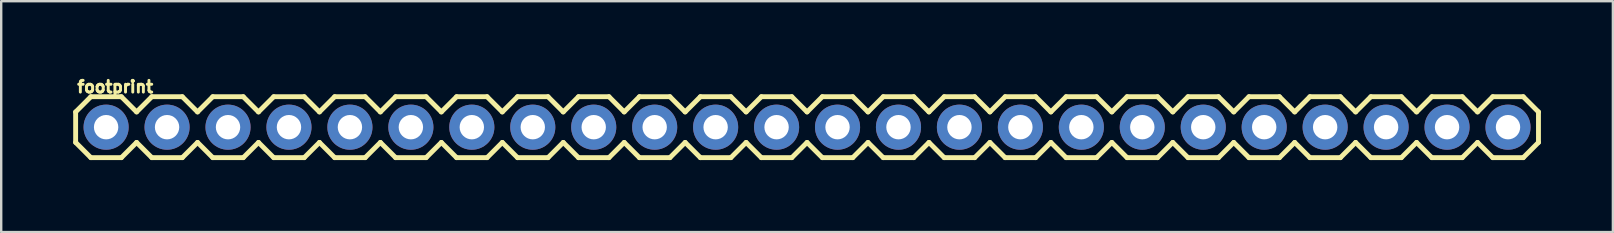
<source format=kicad_pcb>
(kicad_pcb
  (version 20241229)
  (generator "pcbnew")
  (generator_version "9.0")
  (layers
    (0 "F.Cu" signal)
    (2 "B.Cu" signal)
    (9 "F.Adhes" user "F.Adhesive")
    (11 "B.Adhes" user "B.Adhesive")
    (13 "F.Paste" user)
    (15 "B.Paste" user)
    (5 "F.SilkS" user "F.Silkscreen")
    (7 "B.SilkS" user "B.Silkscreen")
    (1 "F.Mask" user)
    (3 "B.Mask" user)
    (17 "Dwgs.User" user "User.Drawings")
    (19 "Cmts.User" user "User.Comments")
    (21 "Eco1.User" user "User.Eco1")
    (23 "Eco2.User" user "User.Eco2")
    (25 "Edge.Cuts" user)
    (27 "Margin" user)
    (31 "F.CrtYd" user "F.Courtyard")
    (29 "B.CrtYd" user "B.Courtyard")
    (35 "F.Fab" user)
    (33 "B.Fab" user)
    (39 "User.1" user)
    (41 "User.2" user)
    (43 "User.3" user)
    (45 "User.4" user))
  (footprint "footprint"
    (layer "F.Cu")
    (at 28.042 2.25)
    (property "Reference" "footprint" (at -27.94 -1.397 0) (layer "F.SilkS") (effects (font (size 0.488 0.488) (thickness 0.122)) (justify left bottom)))
    (fp_line (start -27.94 -0.635) (end -27.94 0.635) (stroke (width 0.203) (type solid)) (layer "F.SilkS"))
    (fp_line (start -27.94 -0.635) (end -27.305 -1.27) (stroke (width 0.203) (type solid)) (layer "F.SilkS"))
    (fp_line (start -27.305 -1.27) (end -26.035 -1.27) (stroke (width 0.203) (type solid)) (layer "F.SilkS"))
    (fp_line (start -27.305 1.27) (end -27.94 0.635) (stroke (width 0.203) (type solid)) (layer "F.SilkS"))
    (fp_line (start -26.035 -1.27) (end -25.4 -0.635) (stroke (width 0.203) (type solid)) (layer "F.SilkS"))
    (fp_line (start -26.035 1.27) (end -27.305 1.27) (stroke (width 0.203) (type solid)) (layer "F.SilkS"))
    (fp_line (start -25.4 -0.635) (end -24.765 -1.27) (stroke (width 0.203) (type solid)) (layer "F.SilkS"))
    (fp_line (start -25.4 0.635) (end -26.035 1.27) (stroke (width 0.203) (type solid)) (layer "F.SilkS"))
    (fp_line (start -24.765 -1.27) (end -23.495 -1.27) (stroke (width 0.203) (type solid)) (layer "F.SilkS"))
    (fp_line (start -24.765 1.27) (end -25.4 0.635) (stroke (width 0.203) (type solid)) (layer "F.SilkS"))
    (fp_line (start -23.495 -1.27) (end -22.86 -0.635) (stroke (width 0.203) (type solid)) (layer "F.SilkS"))
    (fp_line (start -23.495 1.27) (end -24.765 1.27) (stroke (width 0.203) (type solid)) (layer "F.SilkS"))
    (fp_line (start -22.86 -0.635) (end -22.225 -1.27) (stroke (width 0.203) (type solid)) (layer "F.SilkS"))
    (fp_line (start -22.86 0.635) (end -23.495 1.27) (stroke (width 0.203) (type solid)) (layer "F.SilkS"))
    (fp_line (start -22.225 -1.27) (end -20.955 -1.27) (stroke (width 0.203) (type solid)) (layer "F.SilkS"))
    (fp_line (start -22.225 1.27) (end -22.86 0.635) (stroke (width 0.203) (type solid)) (layer "F.SilkS"))
    (fp_line (start -20.955 -1.27) (end -20.32 -0.635) (stroke (width 0.203) (type solid)) (layer "F.SilkS"))
    (fp_line (start -20.955 1.27) (end -22.225 1.27) (stroke (width 0.203) (type solid)) (layer "F.SilkS"))
    (fp_line (start -20.32 0.635) (end -20.955 1.27) (stroke (width 0.203) (type solid)) (layer "F.SilkS"))
    (fp_line (start -20.32 0.635) (end -19.685 1.27) (stroke (width 0.203) (type solid)) (layer "F.SilkS"))
    (fp_line (start -19.685 -1.27) (end -20.32 -0.635) (stroke (width 0.203) (type solid)) (layer "F.SilkS"))
    (fp_line (start -19.685 -1.27) (end -18.415 -1.27) (stroke (width 0.203) (type solid)) (layer "F.SilkS"))
    (fp_line (start -18.415 -1.27) (end -17.78 -0.635) (stroke (width 0.203) (type solid)) (layer "F.SilkS"))
    (fp_line (start -18.415 1.27) (end -19.685 1.27) (stroke (width 0.203) (type solid)) (layer "F.SilkS"))
    (fp_line (start -17.78 -0.635) (end -17.145 -1.27) (stroke (width 0.203) (type solid)) (layer "F.SilkS"))
    (fp_line (start -17.78 0.635) (end -18.415 1.27) (stroke (width 0.203) (type solid)) (layer "F.SilkS"))
    (fp_line (start -17.145 -1.27) (end -15.875 -1.27) (stroke (width 0.203) (type solid)) (layer "F.SilkS"))
    (fp_line (start -17.145 1.27) (end -17.78 0.635) (stroke (width 0.203) (type solid)) (layer "F.SilkS"))
    (fp_line (start -15.875 -1.27) (end -15.24 -0.635) (stroke (width 0.203) (type solid)) (layer "F.SilkS"))
    (fp_line (start -15.875 1.27) (end -17.145 1.27) (stroke (width 0.203) (type solid)) (layer "F.SilkS"))
    (fp_line (start -15.24 -0.635) (end -14.605 -1.27) (stroke (width 0.203) (type solid)) (layer "F.SilkS"))
    (fp_line (start -15.24 0.635) (end -15.875 1.27) (stroke (width 0.203) (type solid)) (layer "F.SilkS"))
    (fp_line (start -14.605 -1.27) (end -13.335 -1.27) (stroke (width 0.203) (type solid)) (layer "F.SilkS"))
    (fp_line (start -14.605 1.27) (end -15.24 0.635) (stroke (width 0.203) (type solid)) (layer "F.SilkS"))
    (fp_line (start -13.335 -1.27) (end -12.7 -0.635) (stroke (width 0.203) (type solid)) (layer "F.SilkS"))
    (fp_line (start -13.335 1.27) (end -14.605 1.27) (stroke (width 0.203) (type solid)) (layer "F.SilkS"))
    (fp_line (start -12.7 0.635) (end -13.335 1.27) (stroke (width 0.203) (type solid)) (layer "F.SilkS"))
    (fp_line (start -12.7 0.635) (end -12.065 1.27) (stroke (width 0.203) (type solid)) (layer "F.SilkS"))
    (fp_line (start -12.065 -1.27) (end -12.7 -0.635) (stroke (width 0.203) (type solid)) (layer "F.SilkS"))
    (fp_line (start -12.065 -1.27) (end -10.795 -1.27) (stroke (width 0.203) (type solid)) (layer "F.SilkS"))
    (fp_line (start -10.795 -1.27) (end -10.16 -0.635) (stroke (width 0.203) (type solid)) (layer "F.SilkS"))
    (fp_line (start -10.795 1.27) (end -12.065 1.27) (stroke (width 0.203) (type solid)) (layer "F.SilkS"))
    (fp_line (start -10.16 0.635) (end -10.795 1.27) (stroke (width 0.203) (type solid)) (layer "F.SilkS"))
    (fp_line (start -10.16 0.635) (end -9.525 1.27) (stroke (width 0.203) (type solid)) (layer "F.SilkS"))
    (fp_line (start -9.525 -1.27) (end -10.16 -0.635) (stroke (width 0.203) (type solid)) (layer "F.SilkS"))
    (fp_line (start -9.525 -1.27) (end -8.255 -1.27) (stroke (width 0.203) (type solid)) (layer "F.SilkS"))
    (fp_line (start -8.255 -1.27) (end -7.62 -0.635) (stroke (width 0.203) (type solid)) (layer "F.SilkS"))
    (fp_line (start -8.255 1.27) (end -9.525 1.27) (stroke (width 0.203) (type solid)) (layer "F.SilkS"))
    (fp_line (start -7.62 -0.635) (end -6.985 -1.27) (stroke (width 0.203) (type solid)) (layer "F.SilkS"))
    (fp_line (start -7.62 0.635) (end -8.255 1.27) (stroke (width 0.203) (type solid)) (layer "F.SilkS"))
    (fp_line (start -6.985 -1.27) (end -5.715 -1.27) (stroke (width 0.203) (type solid)) (layer "F.SilkS"))
    (fp_line (start -6.985 1.27) (end -7.62 0.635) (stroke (width 0.203) (type solid)) (layer "F.SilkS"))
    (fp_line (start -5.715 -1.27) (end -5.08 -0.635) (stroke (width 0.203) (type solid)) (layer "F.SilkS"))
    (fp_line (start -5.715 1.27) (end -6.985 1.27) (stroke (width 0.203) (type solid)) (layer "F.SilkS"))
    (fp_line (start -5.08 -0.635) (end -4.445 -1.27) (stroke (width 0.203) (type solid)) (layer "F.SilkS"))
    (fp_line (start -5.08 0.635) (end -5.715 1.27) (stroke (width 0.203) (type solid)) (layer "F.SilkS"))
    (fp_line (start -4.445 -1.27) (end -3.175 -1.27) (stroke (width 0.203) (type solid)) (layer "F.SilkS"))
    (fp_line (start -4.445 1.27) (end -5.08 0.635) (stroke (width 0.203) (type solid)) (layer "F.SilkS"))
    (fp_line (start -3.175 -1.27) (end -2.54 -0.635) (stroke (width 0.203) (type solid)) (layer "F.SilkS"))
    (fp_line (start -3.175 1.27) (end -4.445 1.27) (stroke (width 0.203) (type solid)) (layer "F.SilkS"))
    (fp_line (start -2.54 0.635) (end -3.175 1.27) (stroke (width 0.203) (type solid)) (layer "F.SilkS"))
    (fp_line (start -2.54 0.635) (end -1.905 1.27) (stroke (width 0.203) (type solid)) (layer "F.SilkS"))
    (fp_line (start -1.905 -1.27) (end -2.54 -0.635) (stroke (width 0.203) (type solid)) (layer "F.SilkS"))
    (fp_line (start -1.905 -1.27) (end -0.635 -1.27) (stroke (width 0.203) (type solid)) (layer "F.SilkS"))
    (fp_line (start -0.635 -1.27) (end 0 -0.635) (stroke (width 0.203) (type solid)) (layer "F.SilkS"))
    (fp_line (start -0.635 1.27) (end -1.905 1.27) (stroke (width 0.203) (type solid)) (layer "F.SilkS"))
    (fp_line (start 0 -0.635) (end 0.635 -1.27) (stroke (width 0.203) (type solid)) (layer "F.SilkS"))
    (fp_line (start 0 0.635) (end -0.635 1.27) (stroke (width 0.203) (type solid)) (layer "F.SilkS"))
    (fp_line (start 0.635 -1.27) (end 1.905 -1.27) (stroke (width 0.203) (type solid)) (layer "F.SilkS"))
    (fp_line (start 0.635 1.27) (end 0 0.635) (stroke (width 0.203) (type solid)) (layer "F.SilkS"))
    (fp_line (start 1.905 -1.27) (end 2.54 -0.635) (stroke (width 0.203) (type solid)) (layer "F.SilkS"))
    (fp_line (start 1.905 1.27) (end 0.635 1.27) (stroke (width 0.203) (type solid)) (layer "F.SilkS"))
    (fp_line (start 2.54 -0.635) (end 3.175 -1.27) (stroke (width 0.203) (type solid)) (layer "F.SilkS"))
    (fp_line (start 2.54 0.635) (end 1.905 1.27) (stroke (width 0.203) (type solid)) (layer "F.SilkS"))
    (fp_line (start 3.175 -1.27) (end 4.445 -1.27) (stroke (width 0.203) (type solid)) (layer "F.SilkS"))
    (fp_line (start 3.175 1.27) (end 2.54 0.635) (stroke (width 0.203) (type solid)) (layer "F.SilkS"))
    (fp_line (start 4.445 -1.27) (end 5.08 -0.635) (stroke (width 0.203) (type solid)) (layer "F.SilkS"))
    (fp_line (start 4.445 1.27) (end 3.175 1.27) (stroke (width 0.203) (type solid)) (layer "F.SilkS"))
    (fp_line (start 5.08 0.635) (end 4.445 1.27) (stroke (width 0.203) (type solid)) (layer "F.SilkS"))
    (fp_line (start 5.08 0.635) (end 5.715 1.27) (stroke (width 0.203) (type solid)) (layer "F.SilkS"))
    (fp_line (start 5.715 -1.27) (end 5.08 -0.635) (stroke (width 0.203) (type solid)) (layer "F.SilkS"))
    (fp_line (start 5.715 -1.27) (end 6.985 -1.27) (stroke (width 0.203) (type solid)) (layer "F.SilkS"))
    (fp_line (start 6.985 -1.27) (end 7.62 -0.635) (stroke (width 0.203) (type solid)) (layer "F.SilkS"))
    (fp_line (start 6.985 1.27) (end 5.715 1.27) (stroke (width 0.203) (type solid)) (layer "F.SilkS"))
    (fp_line (start 7.62 0.635) (end 6.985 1.27) (stroke (width 0.203) (type solid)) (layer "F.SilkS"))
    (fp_line (start 7.62 0.635) (end 8.255 1.27) (stroke (width 0.203) (type solid)) (layer "F.SilkS"))
    (fp_line (start 8.255 -1.27) (end 7.62 -0.635) (stroke (width 0.203) (type solid)) (layer "F.SilkS"))
    (fp_line (start 8.255 -1.27) (end 9.525 -1.27) (stroke (width 0.203) (type solid)) (layer "F.SilkS"))
    (fp_line (start 9.525 -1.27) (end 10.16 -0.635) (stroke (width 0.203) (type solid)) (layer "F.SilkS"))
    (fp_line (start 9.525 1.27) (end 8.255 1.27) (stroke (width 0.203) (type solid)) (layer "F.SilkS"))
    (fp_line (start 10.16 0.635) (end 9.525 1.27) (stroke (width 0.203) (type solid)) (layer "F.SilkS"))
    (fp_line (start 10.16 0.635) (end 10.795 1.27) (stroke (width 0.203) (type solid)) (layer "F.SilkS"))
    (fp_line (start 10.795 -1.27) (end 10.16 -0.635) (stroke (width 0.203) (type solid)) (layer "F.SilkS"))
    (fp_line (start 10.795 -1.27) (end 12.065 -1.27) (stroke (width 0.203) (type solid)) (layer "F.SilkS"))
    (fp_line (start 12.065 -1.27) (end 12.7 -0.635) (stroke (width 0.203) (type solid)) (layer "F.SilkS"))
    (fp_line (start 12.065 1.27) (end 10.795 1.27) (stroke (width 0.203) (type solid)) (layer "F.SilkS"))
    (fp_line (start 12.7 0.635) (end 12.065 1.27) (stroke (width 0.203) (type solid)) (layer "F.SilkS"))
    (fp_line (start 12.7 0.635) (end 13.335 1.27) (stroke (width 0.203) (type solid)) (layer "F.SilkS"))
    (fp_line (start 13.335 -1.27) (end 12.7 -0.635) (stroke (width 0.203) (type solid)) (layer "F.SilkS"))
    (fp_line (start 13.335 -1.27) (end 14.605 -1.27) (stroke (width 0.203) (type solid)) (layer "F.SilkS"))
    (fp_line (start 14.605 -1.27) (end 15.24 -0.635) (stroke (width 0.203) (type solid)) (layer "F.SilkS"))
    (fp_line (start 14.605 1.27) (end 13.335 1.27) (stroke (width 0.203) (type solid)) (layer "F.SilkS"))
    (fp_line (start 15.24 0.635) (end 14.605 1.27) (stroke (width 0.203) (type solid)) (layer "F.SilkS"))
    (fp_line (start 15.24 0.635) (end 15.875 1.27) (stroke (width 0.203) (type solid)) (layer "F.SilkS"))
    (fp_line (start 15.875 -1.27) (end 15.24 -0.635) (stroke (width 0.203) (type solid)) (layer "F.SilkS"))
    (fp_line (start 15.875 -1.27) (end 17.145 -1.27) (stroke (width 0.203) (type solid)) (layer "F.SilkS"))
    (fp_line (start 17.145 -1.27) (end 17.78 -0.635) (stroke (width 0.203) (type solid)) (layer "F.SilkS"))
    (fp_line (start 17.145 1.27) (end 15.875 1.27) (stroke (width 0.203) (type solid)) (layer "F.SilkS"))
    (fp_line (start 17.78 0.635) (end 17.145 1.27) (stroke (width 0.203) (type solid)) (layer "F.SilkS"))
    (fp_line (start 17.78 0.635) (end 18.415 1.27) (stroke (width 0.203) (type solid)) (layer "F.SilkS"))
    (fp_line (start 18.415 -1.27) (end 17.78 -0.635) (stroke (width 0.203) (type solid)) (layer "F.SilkS"))
    (fp_line (start 18.415 -1.27) (end 19.685 -1.27) (stroke (width 0.203) (type solid)) (layer "F.SilkS"))
    (fp_line (start 19.685 -1.27) (end 20.32 -0.635) (stroke (width 0.203) (type solid)) (layer "F.SilkS"))
    (fp_line (start 19.685 1.27) (end 18.415 1.27) (stroke (width 0.203) (type solid)) (layer "F.SilkS"))
    (fp_line (start 20.32 0.635) (end 19.685 1.27) (stroke (width 0.203) (type solid)) (layer "F.SilkS"))
    (fp_line (start 20.32 0.635) (end 20.955 1.27) (stroke (width 0.203) (type solid)) (layer "F.SilkS"))
    (fp_line (start 20.955 -1.27) (end 20.32 -0.635) (stroke (width 0.203) (type solid)) (layer "F.SilkS"))
    (fp_line (start 20.955 -1.27) (end 22.225 -1.27) (stroke (width 0.203) (type solid)) (layer "F.SilkS"))
    (fp_line (start 22.225 -1.27) (end 22.86 -0.635) (stroke (width 0.203) (type solid)) (layer "F.SilkS"))
    (fp_line (start 22.225 1.27) (end 20.955 1.27) (stroke (width 0.203) (type solid)) (layer "F.SilkS"))
    (fp_line (start 22.86 0.635) (end 22.225 1.27) (stroke (width 0.203) (type solid)) (layer "F.SilkS"))
    (fp_line (start 22.86 0.635) (end 23.495 1.27) (stroke (width 0.203) (type solid)) (layer "F.SilkS"))
    (fp_line (start 23.495 -1.27) (end 22.86 -0.635) (stroke (width 0.203) (type solid)) (layer "F.SilkS"))
    (fp_line (start 23.495 -1.27) (end 24.765 -1.27) (stroke (width 0.203) (type solid)) (layer "F.SilkS"))
    (fp_line (start 24.765 -1.27) (end 25.4 -0.635) (stroke (width 0.203) (type solid)) (layer "F.SilkS"))
    (fp_line (start 24.765 1.27) (end 23.495 1.27) (stroke (width 0.203) (type solid)) (layer "F.SilkS"))
    (fp_line (start 25.4 0.635) (end 24.765 1.27) (stroke (width 0.203) (type solid)) (layer "F.SilkS"))
    (fp_line (start 25.4 0.635) (end 26.035 1.27) (stroke (width 0.203) (type solid)) (layer "F.SilkS"))
    (fp_line (start 26.035 -1.27) (end 25.4 -0.635) (stroke (width 0.203) (type solid)) (layer "F.SilkS"))
    (fp_line (start 26.035 -1.27) (end 27.305 -1.27) (stroke (width 0.203) (type solid)) (layer "F.SilkS"))
    (fp_line (start 27.305 -1.27) (end 27.94 -0.635) (stroke (width 0.203) (type solid)) (layer "F.SilkS"))
    (fp_line (start 27.305 1.27) (end 26.035 1.27) (stroke (width 0.203) (type solid)) (layer "F.SilkS"))
    (fp_line (start 27.94 0.635) (end 27.305 1.27) (stroke (width 0.203) (type solid)) (layer "F.SilkS"))
    (fp_line (start 27.94 0.635) (end 28.575 1.27) (stroke (width 0.203) (type solid)) (layer "F.SilkS"))
    (fp_line (start 28.575 -1.27) (end 27.94 -0.635) (stroke (width 0.203) (type solid)) (layer "F.SilkS"))
    (fp_line (start 28.575 -1.27) (end 29.845 -1.27) (stroke (width 0.203) (type solid)) (layer "F.SilkS"))
    (fp_line (start 29.845 -1.27) (end 30.48 -0.635) (stroke (width 0.203) (type solid)) (layer "F.SilkS"))
    (fp_line (start 29.845 1.27) (end 28.575 1.27) (stroke (width 0.203) (type solid)) (layer "F.SilkS"))
    (fp_line (start 30.48 0.635) (end 29.845 1.27) (stroke (width 0.203) (type solid)) (layer "F.SilkS"))
    (fp_line (start 30.48 0.635) (end 31.115 1.27) (stroke (width 0.203) (type solid)) (layer "F.SilkS"))
    (fp_line (start 31.115 -1.27) (end 30.48 -0.635) (stroke (width 0.203) (type solid)) (layer "F.SilkS"))
    (fp_line (start 31.115 -1.27) (end 32.385 -1.27) (stroke (width 0.203) (type solid)) (layer "F.SilkS"))
    (fp_line (start 32.385 -1.27) (end 33.02 -0.635) (stroke (width 0.203) (type solid)) (layer "F.SilkS"))
    (fp_line (start 32.385 1.27) (end 31.115 1.27) (stroke (width 0.203) (type solid)) (layer "F.SilkS"))
    (fp_line (start 33.02 -0.635) (end 33.02 0.635) (stroke (width 0.203) (type solid)) (layer "F.SilkS"))
    (fp_line (start 33.02 0.635) (end 32.385 1.27) (stroke (width 0.203) (type solid)) (layer "F.SilkS"))
    (fp_poly (pts (xy -26.416 -0.254) (xy -26.924 -0.254) (xy -26.924 0.254) (xy -26.416 0.254)) (stroke (width 0.1) (type solid)) (fill no) (layer "F.Fab"))
    (fp_poly (pts (xy -24.384 0.254) (xy -23.876 0.254) (xy -23.876 -0.254) (xy -24.384 -0.254)) (stroke (width 0.1) (type solid)) (fill no) (layer "F.Fab"))
    (fp_poly (pts (xy -23.876 -0.254) (xy -24.384 -0.254) (xy -24.384 0.254) (xy -23.876 0.254)) (stroke (width 0.1) (type solid)) (fill no) (layer "F.Fab"))
    (fp_poly (pts (xy -21.844 0.254) (xy -21.336 0.254) (xy -21.336 -0.254) (xy -21.844 -0.254)) (stroke (width 0.1) (type solid)) (fill no) (layer "F.Fab"))
    (fp_poly (pts (xy -19.304 0.254) (xy -18.796 0.254) (xy -18.796 -0.254) (xy -19.304 -0.254)) (stroke (width 0.1) (type solid)) (fill no) (layer "F.Fab"))
    (fp_poly (pts (xy -16.764 0.254) (xy -16.256 0.254) (xy -16.256 -0.254) (xy -16.764 -0.254)) (stroke (width 0.1) (type solid)) (fill no) (layer "F.Fab"))
    (fp_poly (pts (xy -14.224 0.254) (xy -13.716 0.254) (xy -13.716 -0.254) (xy -14.224 -0.254)) (stroke (width 0.1) (type solid)) (fill no) (layer "F.Fab"))
    (fp_poly (pts (xy -11.684 0.254) (xy -11.176 0.254) (xy -11.176 -0.254) (xy -11.684 -0.254)) (stroke (width 0.1) (type solid)) (fill no) (layer "F.Fab"))
    (fp_poly (pts (xy -9.144 0.254) (xy -8.636 0.254) (xy -8.636 -0.254) (xy -9.144 -0.254)) (stroke (width 0.1) (type solid)) (fill no) (layer "F.Fab"))
    (fp_poly (pts (xy -6.604 0.254) (xy -6.096 0.254) (xy -6.096 -0.254) (xy -6.604 -0.254)) (stroke (width 0.1) (type solid)) (fill no) (layer "F.Fab"))
    (fp_poly (pts (xy -4.064 0.254) (xy -3.556 0.254) (xy -3.556 -0.254) (xy -4.064 -0.254)) (stroke (width 0.1) (type solid)) (fill no) (layer "F.Fab"))
    (fp_poly (pts (xy -1.524 0.254) (xy -1.016 0.254) (xy -1.016 -0.254) (xy -1.524 -0.254)) (stroke (width 0.1) (type solid)) (fill no) (layer "F.Fab"))
    (fp_poly (pts (xy 1.016 0.254) (xy 1.524 0.254) (xy 1.524 -0.254) (xy 1.016 -0.254)) (stroke (width 0.1) (type solid)) (fill no) (layer "F.Fab"))
    (fp_poly (pts (xy 3.556 0.254) (xy 4.064 0.254) (xy 4.064 -0.254) (xy 3.556 -0.254)) (stroke (width 0.1) (type solid)) (fill no) (layer "F.Fab"))
    (fp_poly (pts (xy 6.096 0.254) (xy 6.604 0.254) (xy 6.604 -0.254) (xy 6.096 -0.254)) (stroke (width 0.1) (type solid)) (fill no) (layer "F.Fab"))
    (fp_poly (pts (xy 8.636 0.254) (xy 9.144 0.254) (xy 9.144 -0.254) (xy 8.636 -0.254)) (stroke (width 0.1) (type solid)) (fill no) (layer "F.Fab"))
    (fp_poly (pts (xy 11.176 0.254) (xy 11.684 0.254) (xy 11.684 -0.254) (xy 11.176 -0.254)) (stroke (width 0.1) (type solid)) (fill no) (layer "F.Fab"))
    (fp_poly (pts (xy 13.716 0.254) (xy 14.224 0.254) (xy 14.224 -0.254) (xy 13.716 -0.254)) (stroke (width 0.1) (type solid)) (fill no) (layer "F.Fab"))
    (fp_poly (pts (xy 16.256 0.254) (xy 16.764 0.254) (xy 16.764 -0.254) (xy 16.256 -0.254)) (stroke (width 0.1) (type solid)) (fill no) (layer "F.Fab"))
    (fp_poly (pts (xy 18.796 0.254) (xy 19.304 0.254) (xy 19.304 -0.254) (xy 18.796 -0.254)) (stroke (width 0.1) (type solid)) (fill no) (layer "F.Fab"))
    (fp_poly (pts (xy 21.336 0.254) (xy 21.844 0.254) (xy 21.844 -0.254) (xy 21.336 -0.254)) (stroke (width 0.1) (type solid)) (fill no) (layer "F.Fab"))
    (fp_poly (pts (xy 23.876 0.254) (xy 24.384 0.254) (xy 24.384 -0.254) (xy 23.876 -0.254)) (stroke (width 0.1) (type solid)) (fill no) (layer "F.Fab"))
    (fp_poly (pts (xy 26.416 0.254) (xy 26.924 0.254) (xy 26.924 -0.254) (xy 26.416 -0.254)) (stroke (width 0.1) (type solid)) (fill no) (layer "F.Fab"))
    (fp_poly (pts (xy 28.956 0.254) (xy 29.464 0.254) (xy 29.464 -0.254) (xy 28.956 -0.254)) (stroke (width 0.1) (type solid)) (fill no) (layer "F.Fab"))
    (fp_poly (pts (xy 31.496 0.254) (xy 32.004 0.254) (xy 32.004 -0.254) (xy 31.496 -0.254)) (stroke (width 0.1) (type solid)) (fill no) (layer "F.Fab"))
    (pad "1" thru_hole circle (at -26.67 0 90) (size 1.88 1.88) (drill 1.016) (layers "*.Cu" "*.Mask"))
    (pad "2" thru_hole circle (at -24.13 0 90) (size 1.88 1.88) (drill 1.016) (layers "*.Cu" "*.Mask"))
    (pad "3" thru_hole circle (at -21.59 0 90) (size 1.88 1.88) (drill 1.016) (layers "*.Cu" "*.Mask"))
    (pad "4" thru_hole circle (at -19.05 0 90) (size 1.88 1.88) (drill 1.016) (layers "*.Cu" "*.Mask"))
    (pad "5" thru_hole circle (at -16.51 0 90) (size 1.88 1.88) (drill 1.016) (layers "*.Cu" "*.Mask"))
    (pad "6" thru_hole circle (at -13.97 0 90) (size 1.88 1.88) (drill 1.016) (layers "*.Cu" "*.Mask"))
    (pad "7" thru_hole circle (at -11.43 0 90) (size 1.88 1.88) (drill 1.016) (layers "*.Cu" "*.Mask"))
    (pad "8" thru_hole circle (at -8.89 0 90) (size 1.88 1.88) (drill 1.016) (layers "*.Cu" "*.Mask"))
    (pad "9" thru_hole circle (at -6.35 0 90) (size 1.88 1.88) (drill 1.016) (layers "*.Cu" "*.Mask"))
    (pad "10" thru_hole circle (at -3.81 0 90) (size 1.88 1.88) (drill 1.016) (layers "*.Cu" "*.Mask"))
    (pad "11" thru_hole circle (at -1.27 0 90) (size 1.88 1.88) (drill 1.016) (layers "*.Cu" "*.Mask"))
    (pad "12" thru_hole circle (at 1.27 0 90) (size 1.88 1.88) (drill 1.016) (layers "*.Cu" "*.Mask"))
    (pad "13" thru_hole circle (at 3.81 0 90) (size 1.88 1.88) (drill 1.016) (layers "*.Cu" "*.Mask"))
    (pad "14" thru_hole circle (at 6.35 0 90) (size 1.88 1.88) (drill 1.016) (layers "*.Cu" "*.Mask"))
    (pad "15" thru_hole circle (at 8.89 0 90) (size 1.88 1.88) (drill 1.016) (layers "*.Cu" "*.Mask"))
    (pad "16" thru_hole circle (at 11.43 0 90) (size 1.88 1.88) (drill 1.016) (layers "*.Cu" "*.Mask"))
    (pad "17" thru_hole circle (at 13.97 0 90) (size 1.88 1.88) (drill 1.016) (layers "*.Cu" "*.Mask"))
    (pad "18" thru_hole circle (at 16.51 0 90) (size 1.88 1.88) (drill 1.016) (layers "*.Cu" "*.Mask"))
    (pad "19" thru_hole circle (at 19.05 0 90) (size 1.88 1.88) (drill 1.016) (layers "*.Cu" "*.Mask"))
    (pad "20" thru_hole circle (at 21.59 0 90) (size 1.88 1.88) (drill 1.016) (layers "*.Cu" "*.Mask"))
    (pad "21" thru_hole circle (at 24.13 0 90) (size 1.88 1.88) (drill 1.016) (layers "*.Cu" "*.Mask"))
    (pad "22" thru_hole circle (at 26.67 0 90) (size 1.88 1.88) (drill 1.016) (layers "*.Cu" "*.Mask"))
    (pad "23" thru_hole circle (at 29.21 0 90) (size 1.88 1.88) (drill 1.016) (layers "*.Cu" "*.Mask"))
    (pad "24" thru_hole circle (at 31.75 0 90) (size 1.88 1.88) (drill 1.016) (layers "*.Cu" "*.Mask")))
  (gr_rect
    (start -3 -3)
    (end 64.163 6.622)
    (stroke (width 0.1) (type default))
    (fill no)
    (layer "Edge.Cuts")))
</source>
